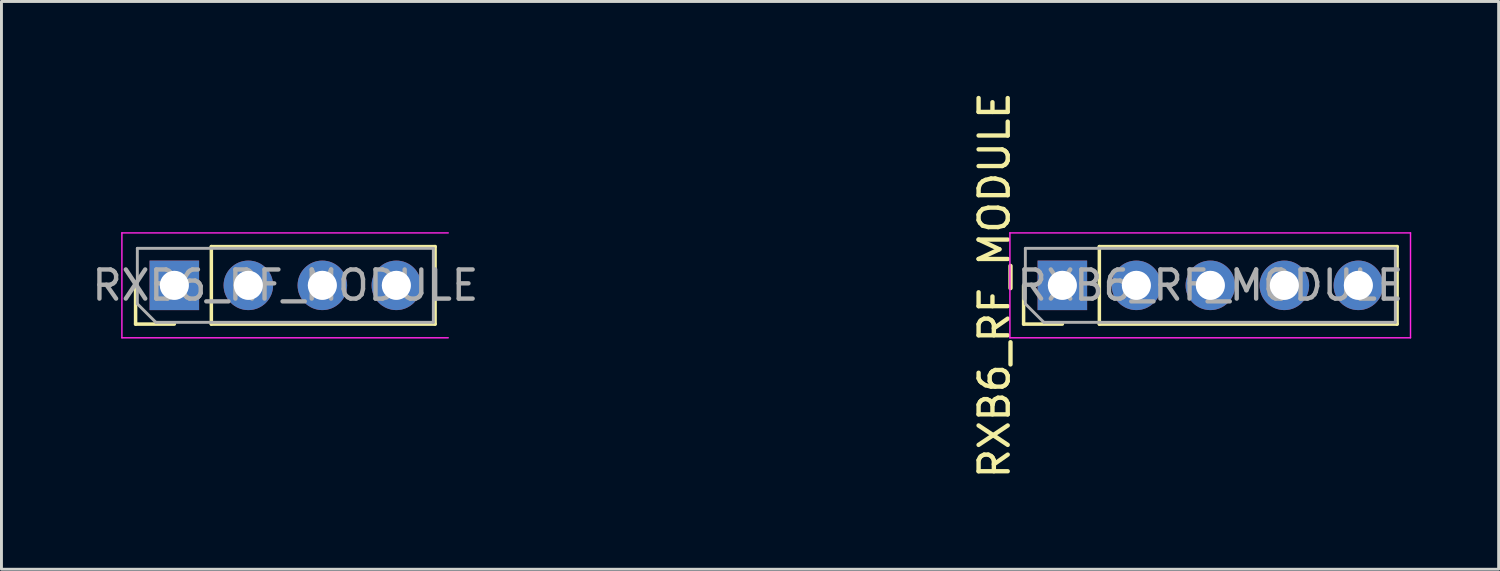
<source format=kicad_pcb>
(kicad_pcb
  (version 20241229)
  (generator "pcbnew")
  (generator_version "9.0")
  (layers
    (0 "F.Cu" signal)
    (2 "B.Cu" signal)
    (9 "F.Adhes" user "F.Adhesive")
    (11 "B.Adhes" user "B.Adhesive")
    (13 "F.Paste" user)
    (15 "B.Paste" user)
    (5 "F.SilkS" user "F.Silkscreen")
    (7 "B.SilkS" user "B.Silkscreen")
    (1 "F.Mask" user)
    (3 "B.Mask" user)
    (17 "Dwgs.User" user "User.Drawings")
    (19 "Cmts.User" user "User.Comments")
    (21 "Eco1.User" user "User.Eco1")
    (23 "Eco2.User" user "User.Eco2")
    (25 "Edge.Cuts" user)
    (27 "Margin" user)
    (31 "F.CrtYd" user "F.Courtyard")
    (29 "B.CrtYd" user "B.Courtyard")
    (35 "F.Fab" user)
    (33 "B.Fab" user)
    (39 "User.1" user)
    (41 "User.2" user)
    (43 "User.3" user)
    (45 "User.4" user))
  (footprint "RXB6_RF_MODULE"
    (layer "F.Cu")
    (at 22.245 6.998)
    (property "Reference" "RXB6_RF_MODULE" (at 8.839 -0.254 90) (layer "F.SilkS") (effects (font (size 1 1) (thickness 0.15))))
    (attr through_hole)
    (fp_line (start -20.641 1.076) (end -20.641 -0.254) (stroke (width 0.12) (type solid)) (layer "F.SilkS"))
    (fp_line (start -19.311 1.076) (end -20.641 1.076) (stroke (width 0.12) (type solid)) (layer "F.SilkS"))
    (fp_line (start -18.041 -1.584) (end -10.361 -1.584) (stroke (width 0.12) (type solid)) (layer "F.SilkS"))
    (fp_line (start -18.041 1.076) (end -18.041 -1.584) (stroke (width 0.12) (type solid)) (layer "F.SilkS"))
    (fp_line (start -18.041 1.076) (end -10.361 1.076) (stroke (width 0.12) (type solid)) (layer "F.SilkS"))
    (fp_line (start -10.361 1.076) (end -10.361 -1.584) (stroke (width 0.12) (type solid)) (layer "F.SilkS"))
    (fp_line (start 9.839 1.076) (end 9.839 -0.254) (stroke (width 0.12) (type solid)) (layer "F.SilkS"))
    (fp_line (start 11.169 1.076) (end 9.839 1.076) (stroke (width 0.12) (type solid)) (layer "F.SilkS"))
    (fp_line (start 12.439 -1.584) (end 22.659 -1.584) (stroke (width 0.12) (type solid)) (layer "F.SilkS"))
    (fp_line (start 12.439 1.076) (end 12.439 -1.584) (stroke (width 0.12) (type solid)) (layer "F.SilkS"))
    (fp_line (start 12.439 1.076) (end 22.659 1.076) (stroke (width 0.12) (type solid)) (layer "F.SilkS"))
    (fp_line (start 22.659 1.076) (end 22.659 -1.584) (stroke (width 0.12) (type solid)) (layer "F.SilkS"))
    (fp_line (start -21.111 -2.054) (end -21.111 1.546) (stroke (width 0.05) (type solid)) (layer "F.CrtYd"))
    (fp_line (start -21.111 1.546) (end -9.911 1.546) (stroke (width 0.05) (type solid)) (layer "F.CrtYd"))
    (fp_line (start -9.911 -2.054) (end -21.111 -2.054) (stroke (width 0.05) (type solid)) (layer "F.CrtYd"))
    (fp_line (start 9.369 -2.054) (end 9.369 1.546) (stroke (width 0.05) (type solid)) (layer "F.CrtYd"))
    (fp_line (start 9.369 1.546) (end 23.119 1.546) (stroke (width 0.05) (type solid)) (layer "F.CrtYd"))
    (fp_line (start 23.119 -2.054) (end 9.369 -2.054) (stroke (width 0.05) (type solid)) (layer "F.CrtYd"))
    (fp_line (start 23.119 1.546) (end 23.119 -2.054) (stroke (width 0.05) (type solid)) (layer "F.CrtYd"))
    (fp_line (start -20.581 -1.524) (end -10.421 -1.524) (stroke (width 0.1) (type solid)) (layer "F.Fab"))
    (fp_line (start -20.581 0.381) (end -20.581 -1.524) (stroke (width 0.1) (type solid)) (layer "F.Fab"))
    (fp_line (start -19.946 1.016) (end -20.581 0.381) (stroke (width 0.1) (type solid)) (layer "F.Fab"))
    (fp_line (start -10.421 -1.524) (end -10.421 1.016) (stroke (width 0.1) (type solid)) (layer "F.Fab"))
    (fp_line (start -10.421 1.016) (end -19.946 1.016) (stroke (width 0.1) (type solid)) (layer "F.Fab"))
    (fp_line (start 9.899 -1.524) (end 22.599 -1.524) (stroke (width 0.1) (type solid)) (layer "F.Fab"))
    (fp_line (start 9.899 0.381) (end 9.899 -1.524) (stroke (width 0.1) (type solid)) (layer "F.Fab"))
    (fp_line (start 10.534 1.016) (end 9.899 0.381) (stroke (width 0.1) (type solid)) (layer "F.Fab"))
    (fp_line (start 22.599 -1.524) (end 22.599 1.016) (stroke (width 0.1) (type solid)) (layer "F.Fab"))
    (fp_line (start 22.599 1.016) (end 10.534 1.016) (stroke (width 0.1) (type solid)) (layer "F.Fab"))
    (fp_text user "${REFERENCE}" (at 16.249 -0.254 180) (layer "F.Fab") (effects (font (size 1 1) (thickness 0.15))))
    (fp_text user "${REFERENCE}" (at -15.501 -0.254 180) (layer "F.Fab") (effects (font (size 1 1) (thickness 0.15))))
    (pad "1" thru_hole rect (at -19.311 -0.254 90) (size 1.7 1.7) (drill 1) (layers "*.Cu" "*.Mask"))
    (pad "2" thru_hole oval (at -16.771 -0.254 90) (size 1.7 1.7) (drill 1) (layers "*.Cu" "*.Mask"))
    (pad "3" thru_hole oval (at -14.231 -0.254 90) (size 1.7 1.7) (drill 1) (layers "*.Cu" "*.Mask"))
    (pad "4" thru_hole oval (at -11.691 -0.254 90) (size 1.7 1.7) (drill 1) (layers "*.Cu" "*.Mask"))
    (pad "5" thru_hole rect (at 11.169 -0.254 90) (size 1.7 1.7) (drill 1) (layers "*.Cu" "*.Mask"))
    (pad "6" thru_hole oval (at 13.709 -0.254 90) (size 1.7 1.7) (drill 1) (layers "*.Cu" "*.Mask"))
    (pad "7" thru_hole oval (at 16.249 -0.254 90) (size 1.7 1.7) (drill 1) (layers "*.Cu" "*.Mask"))
    (pad "8" thru_hole oval (at 18.789 -0.254 90) (size 1.7 1.7) (drill 1) (layers "*.Cu" "*.Mask"))
    (pad "9" thru_hole oval (at 21.329 -0.254 90) (size 1.7 1.7) (drill 1) (layers "*.Cu" "*.Mask")))
  (gr_rect
    (start -3 -3)
    (end 48.389 16.488)
    (stroke (width 0.1) (type default))
    (fill no)
    (layer "Edge.Cuts")))
</source>
